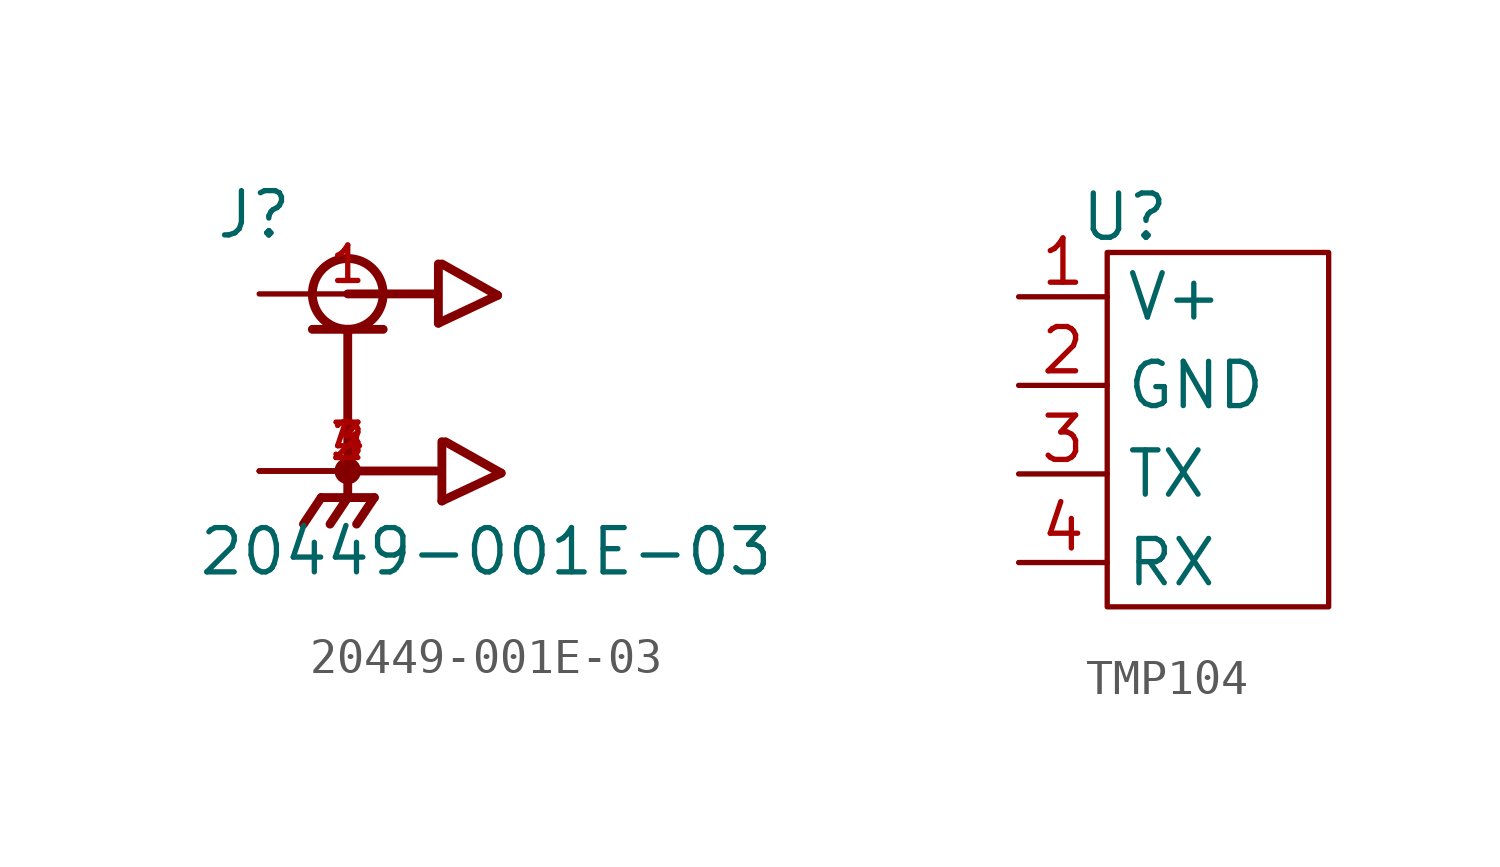
<source format=kicad_sym>
(kicad_symbol_lib
  (version 20231120)
  (generator "kicad_symbol_editor")
  (generator_version "8.0")
  (symbol "20449-001E-03"
    (pin_names
      (offset 1.016))
    (property "Reference" "J"
      (at -3.816 4.07 0)
      (effects (font (size 1.27 1.27)) (justify left bottom)))
    (property "Value" "20449-001E-03"
      (at -4.325 -5.597 0)
      (effects (font (size 1.27 1.27)) (justify left bottom)))
    (symbol "20449-001E-03_0_0"
      (circle (center 0 -2.54) (radius 0.254) (stroke (width 0.254) (type default)) (fill (type none)))
      (polyline (pts (xy -1.016 1.524) (xy 0 1.524)) (stroke (width 0.254) (type default)) (fill (type none)))
      (polyline (pts (xy -0.762 -3.302) (xy -1.27 -4.064)) (stroke (width 0.254) (type default)) (fill (type none)))
      (polyline (pts (xy 0 -3.302) (xy -0.762 -3.302)) (stroke (width 0.254) (type default)) (fill (type none)))
      (polyline (pts (xy 0 -3.302) (xy -0.508 -4.064)) (stroke (width 0.254) (type default)) (fill (type none)))
      (polyline (pts (xy 0 -3.302) (xy 0.762 -3.302)) (stroke (width 0.254) (type default)) (fill (type none)))
      (polyline (pts (xy 0 -2.54) (xy 0 -3.302)) (stroke (width 0.254) (type default)) (fill (type none)))
      (polyline (pts (xy 0 1.524) (xy 0 -2.54)) (stroke (width 0.254) (type default)) (fill (type none)))
      (polyline (pts (xy 0 1.524) (xy 1.016 1.524)) (stroke (width 0.254) (type default)) (fill (type none)))
      (polyline (pts (xy 0.762 -3.302) (xy 0.254 -4.064)) (stroke (width 0.254) (type default)) (fill (type none)))
      (polyline (pts (xy 2.54 -2.54) (xy 0 -2.54)) (stroke (width 0.254) (type default)) (fill (type none)))
      (polyline (pts (xy 2.54 2.54) (xy 0 2.54)) (stroke (width 0.254) (type default)) (fill (type none)))
      (polyline (pts (xy 2.6 1.7) (xy 4.3 2.5)) (stroke (width 0.254) (type default)) (fill (type none)))
      (polyline (pts (xy 2.6 3.4) (xy 2.6 1.7)) (stroke (width 0.254) (type default)) (fill (type none)))
      (polyline (pts (xy 2.7 -3.4) (xy 4.4 -2.6)) (stroke (width 0.254) (type default)) (fill (type none)))
      (polyline (pts (xy 2.7 -1.7) (xy 2.7 -3.4)) (stroke (width 0.254) (type default)) (fill (type none)))
      (polyline (pts (xy 4.3 2.5) (xy 2.7 3.4)) (stroke (width 0.254) (type default)) (fill (type none)))
      (polyline (pts (xy 4.4 -2.6) (xy 2.8 -1.7)) (stroke (width 0.254) (type default)) (fill (type none)))
      (circle (center 0 2.54) (radius 1.016) (stroke (width 0.254) (type default)) (fill (type none)))
      (pin passive line (at -2.54 2.54 0) (length 5.08) (name "~" (effects (font (size 1.016 1.016)))) (number "1" (effects (font (size 1.016 1.016)))))
      (pin power_in line (at -2.54 -2.54 0) (length 5.08) (name "~" (effects (font (size 1.016 1.016)))) (number "2" (effects (font (size 1.016 1.016)))))
      (pin power_in line (at -2.54 -2.54 0) (length 5.08) (name "~" (effects (font (size 1.016 1.016)))) (number "3" (effects (font (size 1.016 1.016)))))
      (pin power_in line (at -2.54 -2.54 0) (length 5.08) (name "~" (effects (font (size 1.016 1.016)))) (number "4" (effects (font (size 1.016 1.016)))))))
  (symbol "TMP104"
    (property "Reference" "U"
      (at 1.778 1.016 0)
      (effects (font (size 1.27 1.27))))
    (property "Value" ""
      (at 0 0 0)
      (effects (font (size 1.27 1.27))))
    (symbol "TMP104_0_1"
      (rectangle (start 1.27 0) (end 7.62 -10.16) (stroke (width 0) (type default)) (fill (type none))))
    (symbol "TMP104_1_1"
      (pin input line (at -1.27 -1.27 0) (length 2.54) (name "V+" (effects (font (size 1.27 1.27)))) (number "1" (effects (font (size 1.27 1.27)))))
      (pin input line (at -1.27 -3.81 0) (length 2.54) (name "GND" (effects (font (size 1.27 1.27)))) (number "2" (effects (font (size 1.27 1.27)))))
      (pin input line (at -1.27 -6.35 0) (length 2.54) (name "TX" (effects (font (size 1.27 1.27)))) (number "3" (effects (font (size 1.27 1.27)))))
      (pin input line (at -1.27 -8.89 0) (length 2.54) (name "RX" (effects (font (size 1.27 1.27)))) (number "4" (effects (font (size 1.27 1.27))))))))
</source>
